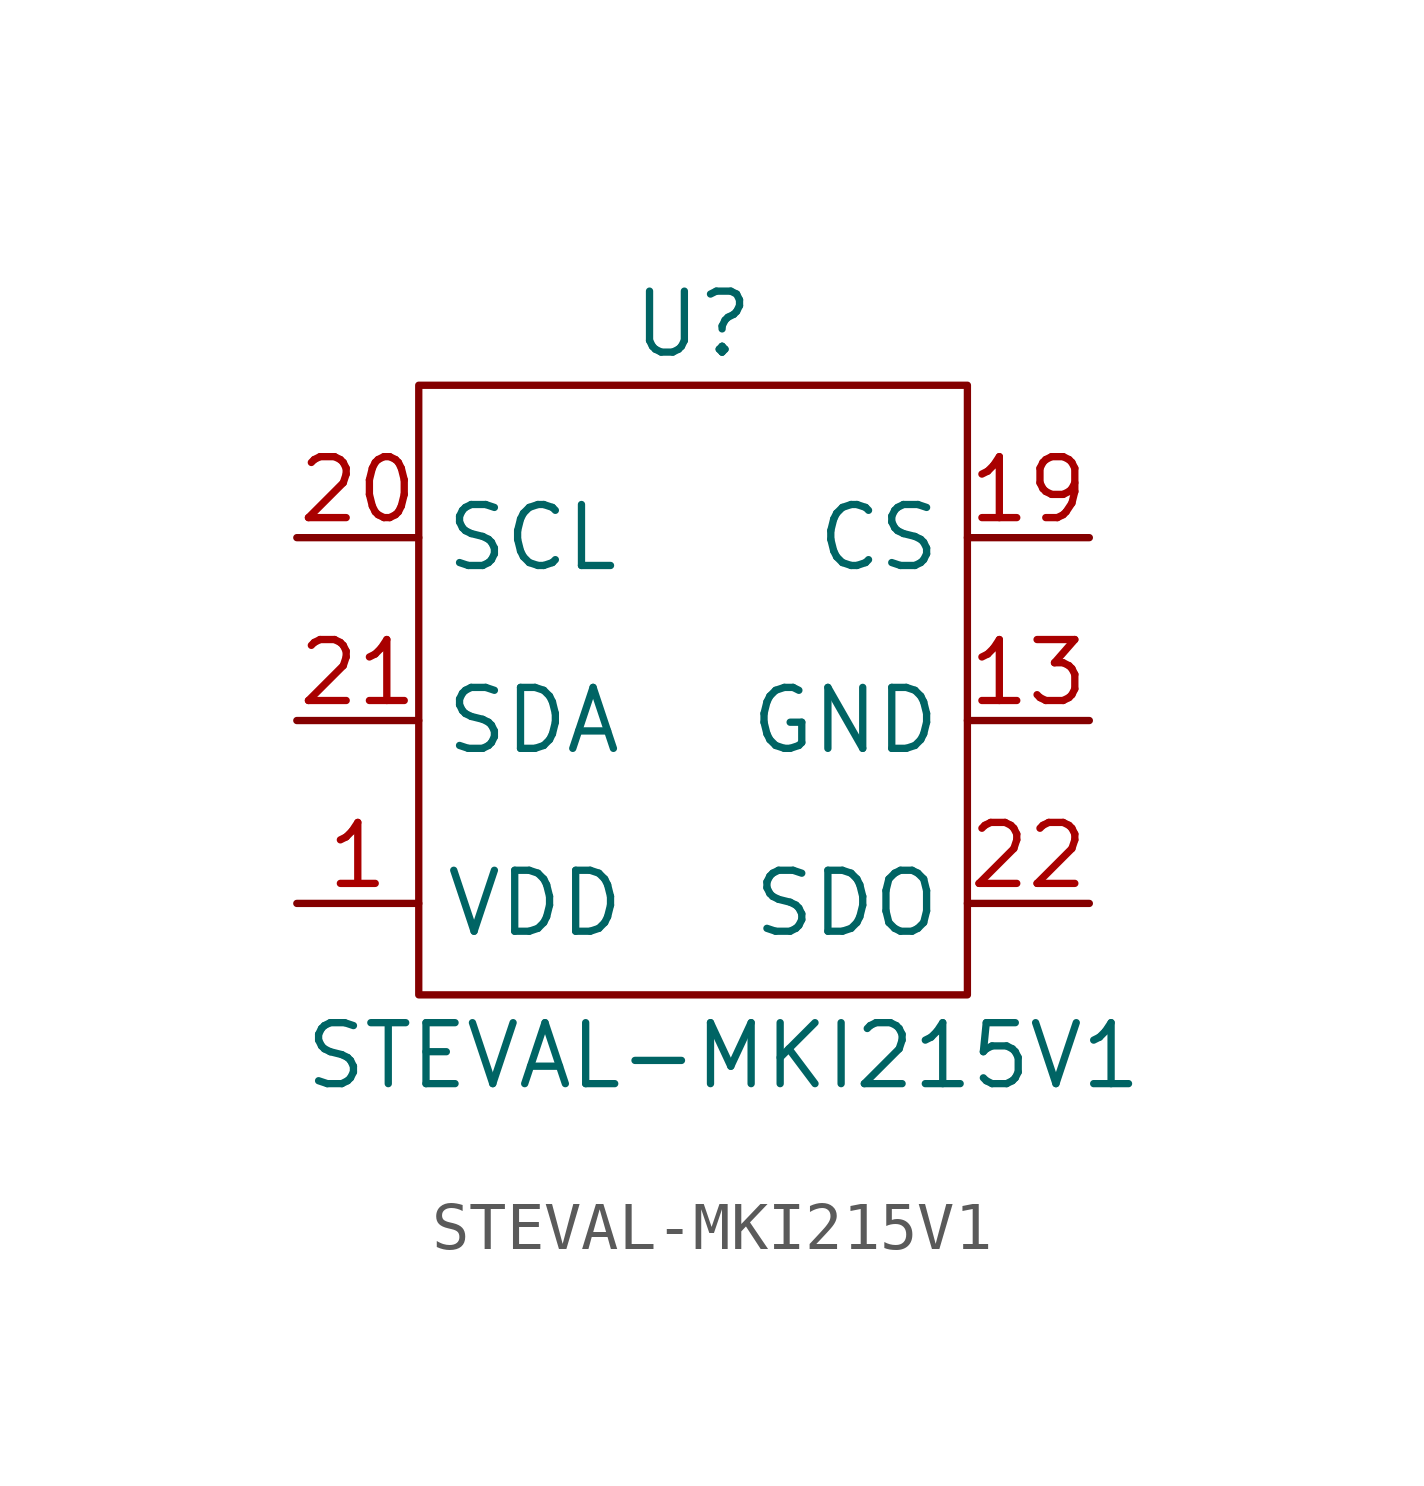
<source format=kicad_sym>
(kicad_symbol_lib
  (version 20211014)
  (generator kicad_symbol_editor)
  (symbol "STEVAL-MKI215V1"
    (property "Reference" "U"
      (at 0 7.62 0)
      (effects (font (size 1.27 1.27))))
    (property "Value" "STEVAL-MKI215V1"
      (at 0.635 -7.62 0)
      (effects (font (size 1.27 1.27))))
    (symbol "STEVAL-MKI215V1_0_1"
      (rectangle (start -5.715 6.35) (end 5.715 -6.35) (stroke (width 0) (type default) (color 0 0 0 0)) (fill (type none))))
    (symbol "STEVAL-MKI215V1_1_1"
      (pin input line (at -8.255 -4.445 0) (length 2.54) (name "VDD" (effects (font (size 1.27 1.27)))) (number "1" (effects (font (size 1.27 1.27)))))
      (pin input line (at 8.255 -0.635 180) (length 2.54) (name "GND" (effects (font (size 1.27 1.27)))) (number "13" (effects (font (size 1.27 1.27)))))
      (pin input line (at 8.255 3.175 180) (length 2.54) (name "CS" (effects (font (size 1.27 1.27)))) (number "19" (effects (font (size 1.27 1.27)))))
      (pin input line (at -8.255 3.175 0) (length 2.54) (name "SCL" (effects (font (size 1.27 1.27)))) (number "20" (effects (font (size 1.27 1.27)))))
      (pin input line (at -8.255 -0.635 0) (length 2.54) (name "SDA" (effects (font (size 1.27 1.27)))) (number "21" (effects (font (size 1.27 1.27)))))
      (pin input line (at 8.255 -4.445 180) (length 2.54) (name "SDO" (effects (font (size 1.27 1.27)))) (number "22" (effects (font (size 1.27 1.27))))))))
</source>
